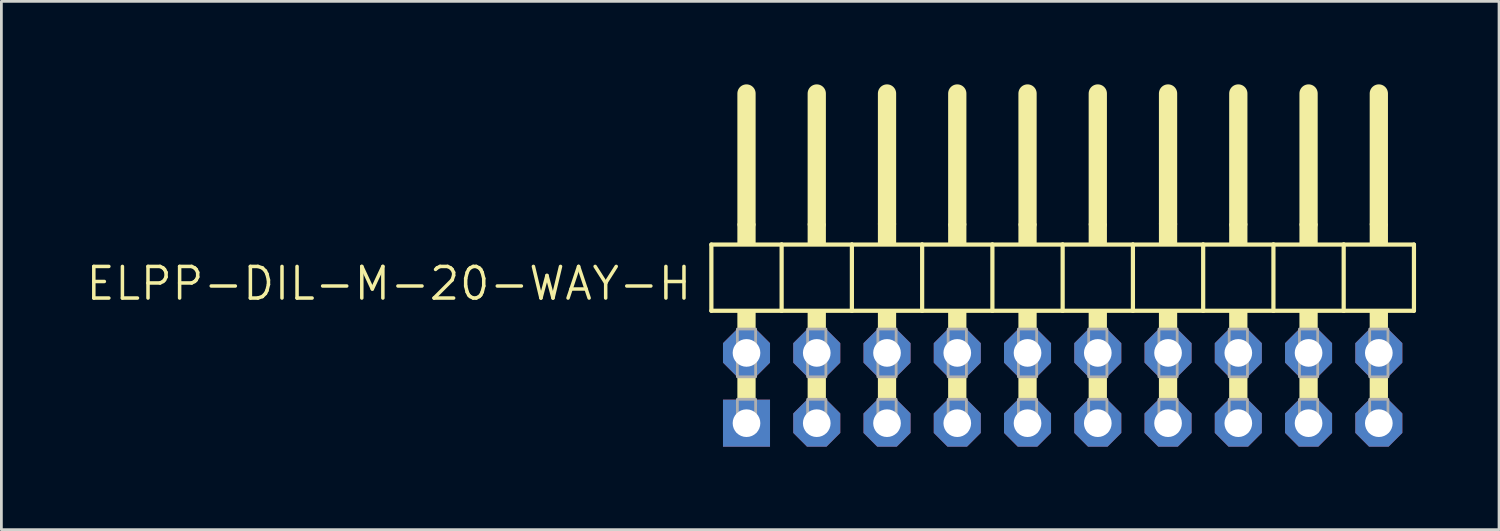
<source format=kicad_pcb>
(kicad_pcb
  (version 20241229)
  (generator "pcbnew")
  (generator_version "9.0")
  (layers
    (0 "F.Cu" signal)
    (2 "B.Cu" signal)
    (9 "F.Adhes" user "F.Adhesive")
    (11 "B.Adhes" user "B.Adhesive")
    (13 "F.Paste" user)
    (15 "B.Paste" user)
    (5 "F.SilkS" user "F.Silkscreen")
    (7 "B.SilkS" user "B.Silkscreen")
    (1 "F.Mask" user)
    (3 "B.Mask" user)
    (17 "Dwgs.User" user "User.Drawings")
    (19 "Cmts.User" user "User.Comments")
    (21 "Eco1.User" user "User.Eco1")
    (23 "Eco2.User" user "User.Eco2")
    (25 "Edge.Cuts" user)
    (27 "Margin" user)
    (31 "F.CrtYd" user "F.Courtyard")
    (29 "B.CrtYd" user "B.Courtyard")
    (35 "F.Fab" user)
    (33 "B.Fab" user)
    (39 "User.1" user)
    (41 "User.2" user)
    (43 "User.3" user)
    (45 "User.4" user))
  (footprint "ELPP-DIL-M-20-WAY-H"
    (layer "F.Cu")
    (at 35.368 10.979)
    (property "Reference" "ELPP-DIL-M-20-WAY-H" (at -13.335 -4.445 0) (unlocked yes) (layer "F.SilkS") (effects (font (size 1.143 1.143) (thickness 0.127)) (justify right top)))
    (fp_line (start -12.7 -5.188) (end -10.16 -5.188) (stroke (width 0.152) (type solid)) (layer "F.SilkS"))
    (fp_line (start -12.7 -2.794) (end -12.7 -5.188) (stroke (width 0.152) (type solid)) (layer "F.SilkS"))
    (fp_line (start -11.43 -5.95) (end -11.43 -10.649) (stroke (width 0.66) (type solid)) (layer "F.SilkS"))
    (fp_line (start -10.16 -5.188) (end -7.62 -5.188) (stroke (width 0.152) (type solid)) (layer "F.SilkS"))
    (fp_line (start -10.16 -2.794) (end -12.7 -2.794) (stroke (width 0.152) (type solid)) (layer "F.SilkS"))
    (fp_line (start -10.16 -2.794) (end -10.16 -5.188) (stroke (width 0.152) (type solid)) (layer "F.SilkS"))
    (fp_line (start -10.16 -2.794) (end -7.62 -2.794) (stroke (width 0.152) (type solid)) (layer "F.SilkS"))
    (fp_line (start -8.89 -5.95) (end -8.89 -10.649) (stroke (width 0.66) (type solid)) (layer "F.SilkS"))
    (fp_line (start -7.62 -5.188) (end -5.08 -5.188) (stroke (width 0.152) (type solid)) (layer "F.SilkS"))
    (fp_line (start -7.62 -2.794) (end -7.62 -5.188) (stroke (width 0.152) (type solid)) (layer "F.SilkS"))
    (fp_line (start -6.35 -5.95) (end -6.35 -10.649) (stroke (width 0.66) (type solid)) (layer "F.SilkS"))
    (fp_line (start -5.08 -5.188) (end -2.54 -5.188) (stroke (width 0.152) (type solid)) (layer "F.SilkS"))
    (fp_line (start -5.08 -2.794) (end -7.62 -2.794) (stroke (width 0.152) (type solid)) (layer "F.SilkS"))
    (fp_line (start -5.08 -2.794) (end -5.08 -5.188) (stroke (width 0.152) (type solid)) (layer "F.SilkS"))
    (fp_line (start -3.81 -5.95) (end -3.81 -10.649) (stroke (width 0.66) (type solid)) (layer "F.SilkS"))
    (fp_line (start -2.54 -5.188) (end 0 -5.188) (stroke (width 0.152) (type solid)) (layer "F.SilkS"))
    (fp_line (start -2.54 -2.794) (end -5.08 -2.794) (stroke (width 0.152) (type solid)) (layer "F.SilkS"))
    (fp_line (start -2.54 -2.794) (end -2.54 -5.188) (stroke (width 0.152) (type solid)) (layer "F.SilkS"))
    (fp_line (start -1.27 -5.95) (end -1.27 -10.649) (stroke (width 0.66) (type solid)) (layer "F.SilkS"))
    (fp_line (start 0 -5.188) (end 2.54 -5.188) (stroke (width 0.152) (type solid)) (layer "F.SilkS"))
    (fp_line (start 0 -2.794) (end -2.54 -2.794) (stroke (width 0.152) (type solid)) (layer "F.SilkS"))
    (fp_line (start 0 -2.794) (end 0 -5.188) (stroke (width 0.152) (type solid)) (layer "F.SilkS"))
    (fp_line (start 1.27 -5.95) (end 1.27 -10.649) (stroke (width 0.66) (type solid)) (layer "F.SilkS"))
    (fp_line (start 2.54 -5.188) (end 5.08 -5.188) (stroke (width 0.152) (type solid)) (layer "F.SilkS"))
    (fp_line (start 2.54 -2.794) (end 0 -2.794) (stroke (width 0.152) (type solid)) (layer "F.SilkS"))
    (fp_line (start 2.54 -2.794) (end 2.54 -5.188) (stroke (width 0.152) (type solid)) (layer "F.SilkS"))
    (fp_line (start 2.54 -2.794) (end 5.08 -2.794) (stroke (width 0.152) (type solid)) (layer "F.SilkS"))
    (fp_line (start 3.81 -5.95) (end 3.81 -10.649) (stroke (width 0.66) (type solid)) (layer "F.SilkS"))
    (fp_line (start 5.08 -5.188) (end 7.62 -5.188) (stroke (width 0.152) (type solid)) (layer "F.SilkS"))
    (fp_line (start 5.08 -2.794) (end 5.08 -5.188) (stroke (width 0.152) (type solid)) (layer "F.SilkS"))
    (fp_line (start 6.35 -5.95) (end 6.35 -10.649) (stroke (width 0.66) (type solid)) (layer "F.SilkS"))
    (fp_line (start 7.62 -5.188) (end 10.16 -5.188) (stroke (width 0.152) (type solid)) (layer "F.SilkS"))
    (fp_line (start 7.62 -2.794) (end 5.08 -2.794) (stroke (width 0.152) (type solid)) (layer "F.SilkS"))
    (fp_line (start 7.62 -2.794) (end 7.62 -5.188) (stroke (width 0.152) (type solid)) (layer "F.SilkS"))
    (fp_line (start 8.89 -5.95) (end 8.89 -10.649) (stroke (width 0.66) (type solid)) (layer "F.SilkS"))
    (fp_line (start 10.16 -5.188) (end 12.7 -5.188) (stroke (width 0.152) (type solid)) (layer "F.SilkS"))
    (fp_line (start 10.16 -2.794) (end 7.62 -2.794) (stroke (width 0.152) (type solid)) (layer "F.SilkS"))
    (fp_line (start 10.16 -2.794) (end 10.16 -5.188) (stroke (width 0.152) (type solid)) (layer "F.SilkS"))
    (fp_line (start 11.43 -5.95) (end 11.43 -10.649) (stroke (width 0.66) (type solid)) (layer "F.SilkS"))
    (fp_line (start 12.7 -2.794) (end 10.16 -2.794) (stroke (width 0.152) (type solid)) (layer "F.SilkS"))
    (fp_line (start 12.7 -2.794) (end 12.7 -5.188) (stroke (width 0.152) (type solid)) (layer "F.SilkS"))
    (fp_poly (pts (xy -11.76 -5.188) (xy -11.1 -5.188) (xy -11.1 -5.95) (xy -11.76 -5.95)) (stroke (width 0) (type default)) (fill yes) (layer "F.SilkS"))
    (fp_poly (pts (xy -11.76 -2.134) (xy -11.1 -2.134) (xy -11.1 -2.794) (xy -11.76 -2.794)) (stroke (width 0) (type default)) (fill yes) (layer "F.SilkS"))
    (fp_poly (pts (xy -11.76 0.406) (xy -11.1 0.406) (xy -11.1 -0.406) (xy -11.76 -0.406)) (stroke (width 0) (type default)) (fill yes) (layer "F.SilkS"))
    (fp_poly (pts (xy -9.22 -5.188) (xy -8.56 -5.188) (xy -8.56 -5.95) (xy -9.22 -5.95)) (stroke (width 0) (type default)) (fill yes) (layer "F.SilkS"))
    (fp_poly (pts (xy -9.22 -2.134) (xy -8.56 -2.134) (xy -8.56 -2.794) (xy -9.22 -2.794)) (stroke (width 0) (type default)) (fill yes) (layer "F.SilkS"))
    (fp_poly (pts (xy -9.22 0.406) (xy -8.56 0.406) (xy -8.56 -0.406) (xy -9.22 -0.406)) (stroke (width 0) (type default)) (fill yes) (layer "F.SilkS"))
    (fp_poly (pts (xy -6.68 -5.188) (xy -6.02 -5.188) (xy -6.02 -5.95) (xy -6.68 -5.95)) (stroke (width 0) (type default)) (fill yes) (layer "F.SilkS"))
    (fp_poly (pts (xy -6.68 -2.134) (xy -6.02 -2.134) (xy -6.02 -2.794) (xy -6.68 -2.794)) (stroke (width 0) (type default)) (fill yes) (layer "F.SilkS"))
    (fp_poly (pts (xy -6.68 0.406) (xy -6.02 0.406) (xy -6.02 -0.406) (xy -6.68 -0.406)) (stroke (width 0) (type default)) (fill yes) (layer "F.SilkS"))
    (fp_poly (pts (xy -4.14 -5.188) (xy -3.48 -5.188) (xy -3.48 -5.95) (xy -4.14 -5.95)) (stroke (width 0) (type default)) (fill yes) (layer "F.SilkS"))
    (fp_poly (pts (xy -4.14 -2.134) (xy -3.48 -2.134) (xy -3.48 -2.794) (xy -4.14 -2.794)) (stroke (width 0) (type default)) (fill yes) (layer "F.SilkS"))
    (fp_poly (pts (xy -4.14 0.406) (xy -3.48 0.406) (xy -3.48 -0.406) (xy -4.14 -0.406)) (stroke (width 0) (type default)) (fill yes) (layer "F.SilkS"))
    (fp_poly (pts (xy -1.6 -5.188) (xy -0.94 -5.188) (xy -0.94 -5.95) (xy -1.6 -5.95)) (stroke (width 0) (type default)) (fill yes) (layer "F.SilkS"))
    (fp_poly (pts (xy -1.6 -2.134) (xy -0.94 -2.134) (xy -0.94 -2.794) (xy -1.6 -2.794)) (stroke (width 0) (type default)) (fill yes) (layer "F.SilkS"))
    (fp_poly (pts (xy -1.6 0.406) (xy -0.94 0.406) (xy -0.94 -0.406) (xy -1.6 -0.406)) (stroke (width 0) (type default)) (fill yes) (layer "F.SilkS"))
    (fp_poly (pts (xy 0.94 -5.188) (xy 1.6 -5.188) (xy 1.6 -5.95) (xy 0.94 -5.95)) (stroke (width 0) (type default)) (fill yes) (layer "F.SilkS"))
    (fp_poly (pts (xy 0.94 -2.134) (xy 1.6 -2.134) (xy 1.6 -2.794) (xy 0.94 -2.794)) (stroke (width 0) (type default)) (fill yes) (layer "F.SilkS"))
    (fp_poly (pts (xy 0.94 0.406) (xy 1.6 0.406) (xy 1.6 -0.406) (xy 0.94 -0.406)) (stroke (width 0) (type default)) (fill yes) (layer "F.SilkS"))
    (fp_poly (pts (xy 3.48 -5.188) (xy 4.14 -5.188) (xy 4.14 -5.95) (xy 3.48 -5.95)) (stroke (width 0) (type default)) (fill yes) (layer "F.SilkS"))
    (fp_poly (pts (xy 3.48 -2.134) (xy 4.14 -2.134) (xy 4.14 -2.794) (xy 3.48 -2.794)) (stroke (width 0) (type default)) (fill yes) (layer "F.SilkS"))
    (fp_poly (pts (xy 3.48 0.406) (xy 4.14 0.406) (xy 4.14 -0.406) (xy 3.48 -0.406)) (stroke (width 0) (type default)) (fill yes) (layer "F.SilkS"))
    (fp_poly (pts (xy 6.02 -5.188) (xy 6.68 -5.188) (xy 6.68 -5.95) (xy 6.02 -5.95)) (stroke (width 0) (type default)) (fill yes) (layer "F.SilkS"))
    (fp_poly (pts (xy 6.02 -2.134) (xy 6.68 -2.134) (xy 6.68 -2.794) (xy 6.02 -2.794)) (stroke (width 0) (type default)) (fill yes) (layer "F.SilkS"))
    (fp_poly (pts (xy 6.02 0.406) (xy 6.68 0.406) (xy 6.68 -0.406) (xy 6.02 -0.406)) (stroke (width 0) (type default)) (fill yes) (layer "F.SilkS"))
    (fp_poly (pts (xy 8.56 -5.188) (xy 9.22 -5.188) (xy 9.22 -5.95) (xy 8.56 -5.95)) (stroke (width 0) (type default)) (fill yes) (layer "F.SilkS"))
    (fp_poly (pts (xy 8.56 -2.134) (xy 9.22 -2.134) (xy 9.22 -2.794) (xy 8.56 -2.794)) (stroke (width 0) (type default)) (fill yes) (layer "F.SilkS"))
    (fp_poly (pts (xy 8.56 0.406) (xy 9.22 0.406) (xy 9.22 -0.406) (xy 8.56 -0.406)) (stroke (width 0) (type default)) (fill yes) (layer "F.SilkS"))
    (fp_poly (pts (xy 11.1 -5.188) (xy 11.76 -5.188) (xy 11.76 -5.95) (xy 11.1 -5.95)) (stroke (width 0) (type default)) (fill yes) (layer "F.SilkS"))
    (fp_poly (pts (xy 11.1 -2.134) (xy 11.76 -2.134) (xy 11.76 -2.794) (xy 11.1 -2.794)) (stroke (width 0) (type default)) (fill yes) (layer "F.SilkS"))
    (fp_poly (pts (xy 11.1 0.406) (xy 11.76 0.406) (xy 11.76 -0.406) (xy 11.1 -0.406)) (stroke (width 0) (type default)) (fill yes) (layer "F.SilkS"))
    (fp_poly (pts (xy -11.76 -0.406) (xy -11.1 -0.406) (xy -11.1 -2.134) (xy -11.76 -2.134)) (stroke (width 0.1) (type default)) (fill no) (layer "F.Fab"))
    (fp_poly (pts (xy -11.76 1.575) (xy -11.1 1.575) (xy -11.1 0.406) (xy -11.76 0.406)) (stroke (width 0.1) (type default)) (fill no) (layer "F.Fab"))
    (fp_poly (pts (xy -9.22 -0.406) (xy -8.56 -0.406) (xy -8.56 -2.134) (xy -9.22 -2.134)) (stroke (width 0.1) (type default)) (fill no) (layer "F.Fab"))
    (fp_poly (pts (xy -9.22 1.575) (xy -8.56 1.575) (xy -8.56 0.406) (xy -9.22 0.406)) (stroke (width 0.1) (type default)) (fill no) (layer "F.Fab"))
    (fp_poly (pts (xy -6.68 -0.406) (xy -6.02 -0.406) (xy -6.02 -2.134) (xy -6.68 -2.134)) (stroke (width 0.1) (type default)) (fill no) (layer "F.Fab"))
    (fp_poly (pts (xy -6.68 1.575) (xy -6.02 1.575) (xy -6.02 0.406) (xy -6.68 0.406)) (stroke (width 0.1) (type default)) (fill no) (layer "F.Fab"))
    (fp_poly (pts (xy -4.14 -0.406) (xy -3.48 -0.406) (xy -3.48 -2.134) (xy -4.14 -2.134)) (stroke (width 0.1) (type default)) (fill no) (layer "F.Fab"))
    (fp_poly (pts (xy -4.14 1.575) (xy -3.48 1.575) (xy -3.48 0.406) (xy -4.14 0.406)) (stroke (width 0.1) (type default)) (fill no) (layer "F.Fab"))
    (fp_poly (pts (xy -1.6 -0.406) (xy -0.94 -0.406) (xy -0.94 -2.134) (xy -1.6 -2.134)) (stroke (width 0.1) (type default)) (fill no) (layer "F.Fab"))
    (fp_poly (pts (xy -1.6 1.575) (xy -0.94 1.575) (xy -0.94 0.406) (xy -1.6 0.406)) (stroke (width 0.1) (type default)) (fill no) (layer "F.Fab"))
    (fp_poly (pts (xy 0.94 -0.406) (xy 1.6 -0.406) (xy 1.6 -2.134) (xy 0.94 -2.134)) (stroke (width 0.1) (type default)) (fill no) (layer "F.Fab"))
    (fp_poly (pts (xy 0.94 1.575) (xy 1.6 1.575) (xy 1.6 0.406) (xy 0.94 0.406)) (stroke (width 0.1) (type default)) (fill no) (layer "F.Fab"))
    (fp_poly (pts (xy 3.48 -0.406) (xy 4.14 -0.406) (xy 4.14 -2.134) (xy 3.48 -2.134)) (stroke (width 0.1) (type default)) (fill no) (layer "F.Fab"))
    (fp_poly (pts (xy 3.48 1.575) (xy 4.14 1.575) (xy 4.14 0.406) (xy 3.48 0.406)) (stroke (width 0.1) (type default)) (fill no) (layer "F.Fab"))
    (fp_poly (pts (xy 6.02 -0.406) (xy 6.68 -0.406) (xy 6.68 -2.134) (xy 6.02 -2.134)) (stroke (width 0.1) (type default)) (fill no) (layer "F.Fab"))
    (fp_poly (pts (xy 6.02 1.575) (xy 6.68 1.575) (xy 6.68 0.406) (xy 6.02 0.406)) (stroke (width 0.1) (type default)) (fill no) (layer "F.Fab"))
    (fp_poly (pts (xy 8.56 -0.406) (xy 9.22 -0.406) (xy 9.22 -2.134) (xy 8.56 -2.134)) (stroke (width 0.1) (type default)) (fill no) (layer "F.Fab"))
    (fp_poly (pts (xy 8.56 1.575) (xy 9.22 1.575) (xy 9.22 0.406) (xy 8.56 0.406)) (stroke (width 0.1) (type default)) (fill no) (layer "F.Fab"))
    (fp_poly (pts (xy 11.1 -0.406) (xy 11.76 -0.406) (xy 11.76 -2.134) (xy 11.1 -2.134)) (stroke (width 0.1) (type default)) (fill no) (layer "F.Fab"))
    (fp_poly (pts (xy 11.1 1.575) (xy 11.76 1.575) (xy 11.76 0.406) (xy 11.1 0.406)) (stroke (width 0.1) (type default)) (fill no) (layer "F.Fab"))
    (pad "1" thru_hole rect (at -11.43 1.27) (size 1.7 1.7) (drill 1) (layers "*.Cu" "*.Mask"))
    (pad "2" thru_hole roundrect (at -11.43 -1.27) (size 1.7 1.7) (drill 1) (layers "*.Cu" "*.Mask") (roundrect_rratio 0.25) (chamfer_ratio 0.293) (chamfer top_left top_right bottom_left bottom_right))
    (pad "3" thru_hole roundrect (at -8.89 1.27) (size 1.7 1.7) (drill 1) (layers "*.Cu" "*.Mask") (roundrect_rratio 0.25) (chamfer_ratio 0.293) (chamfer top_left top_right bottom_left bottom_right))
    (pad "4" thru_hole roundrect (at -8.89 -1.27) (size 1.7 1.7) (drill 1) (layers "*.Cu" "*.Mask") (roundrect_rratio 0.25) (chamfer_ratio 0.293) (chamfer top_left top_right bottom_left bottom_right))
    (pad "5" thru_hole roundrect (at -6.35 1.27) (size 1.7 1.7) (drill 1) (layers "*.Cu" "*.Mask") (roundrect_rratio 0.25) (chamfer_ratio 0.293) (chamfer top_left top_right bottom_left bottom_right))
    (pad "6" thru_hole roundrect (at -6.35 -1.27) (size 1.7 1.7) (drill 1) (layers "*.Cu" "*.Mask") (roundrect_rratio 0.25) (chamfer_ratio 0.293) (chamfer top_left top_right bottom_left bottom_right))
    (pad "7" thru_hole roundrect (at -3.81 1.27) (size 1.7 1.7) (drill 1) (layers "*.Cu" "*.Mask") (roundrect_rratio 0.25) (chamfer_ratio 0.293) (chamfer top_left top_right bottom_left bottom_right))
    (pad "8" thru_hole roundrect (at -3.81 -1.27) (size 1.7 1.7) (drill 1) (layers "*.Cu" "*.Mask") (roundrect_rratio 0.25) (chamfer_ratio 0.293) (chamfer top_left top_right bottom_left bottom_right))
    (pad "9" thru_hole roundrect (at -1.27 1.27) (size 1.7 1.7) (drill 1) (layers "*.Cu" "*.Mask") (roundrect_rratio 0.25) (chamfer_ratio 0.293) (chamfer top_left top_right bottom_left bottom_right))
    (pad "10" thru_hole roundrect (at -1.27 -1.27) (size 1.7 1.7) (drill 1) (layers "*.Cu" "*.Mask") (roundrect_rratio 0.25) (chamfer_ratio 0.293) (chamfer top_left top_right bottom_left bottom_right))
    (pad "11" thru_hole roundrect (at 1.27 1.27) (size 1.7 1.7) (drill 1) (layers "*.Cu" "*.Mask") (roundrect_rratio 0.25) (chamfer_ratio 0.293) (chamfer top_left top_right bottom_left bottom_right))
    (pad "12" thru_hole roundrect (at 1.27 -1.27) (size 1.7 1.7) (drill 1) (layers "*.Cu" "*.Mask") (roundrect_rratio 0.25) (chamfer_ratio 0.293) (chamfer top_left top_right bottom_left bottom_right))
    (pad "13" thru_hole roundrect (at 3.81 1.27) (size 1.7 1.7) (drill 1) (layers "*.Cu" "*.Mask") (roundrect_rratio 0.25) (chamfer_ratio 0.293) (chamfer top_left top_right bottom_left bottom_right))
    (pad "14" thru_hole roundrect (at 3.81 -1.27) (size 1.7 1.7) (drill 1) (layers "*.Cu" "*.Mask") (roundrect_rratio 0.25) (chamfer_ratio 0.293) (chamfer top_left top_right bottom_left bottom_right))
    (pad "15" thru_hole roundrect (at 6.35 1.27) (size 1.7 1.7) (drill 1) (layers "*.Cu" "*.Mask") (roundrect_rratio 0.25) (chamfer_ratio 0.293) (chamfer top_left top_right bottom_left bottom_right))
    (pad "16" thru_hole roundrect (at 6.35 -1.27) (size 1.7 1.7) (drill 1) (layers "*.Cu" "*.Mask") (roundrect_rratio 0.25) (chamfer_ratio 0.293) (chamfer top_left top_right bottom_left bottom_right))
    (pad "17" thru_hole roundrect (at 8.89 1.27) (size 1.7 1.7) (drill 1) (layers "*.Cu" "*.Mask") (roundrect_rratio 0.25) (chamfer_ratio 0.293) (chamfer top_left top_right bottom_left bottom_right))
    (pad "18" thru_hole roundrect (at 8.89 -1.27) (size 1.7 1.7) (drill 1) (layers "*.Cu" "*.Mask") (roundrect_rratio 0.25) (chamfer_ratio 0.293) (chamfer top_left top_right bottom_left bottom_right))
    (pad "19" thru_hole roundrect (at 11.43 1.27) (size 1.7 1.7) (drill 1) (layers "*.Cu" "*.Mask") (roundrect_rratio 0.25) (chamfer_ratio 0.293) (chamfer top_left top_right bottom_left bottom_right))
    (pad "20" thru_hole roundrect (at 11.43 -1.27) (size 1.7 1.7) (drill 1) (layers "*.Cu" "*.Mask") (roundrect_rratio 0.25) (chamfer_ratio 0.293) (chamfer top_left top_right bottom_left bottom_right)))
  (gr_rect
    (start -3 -3)
    (end 51.144 16.099)
    (stroke (width 0.1) (type default))
    (fill no)
    (layer "Edge.Cuts")))
</source>
